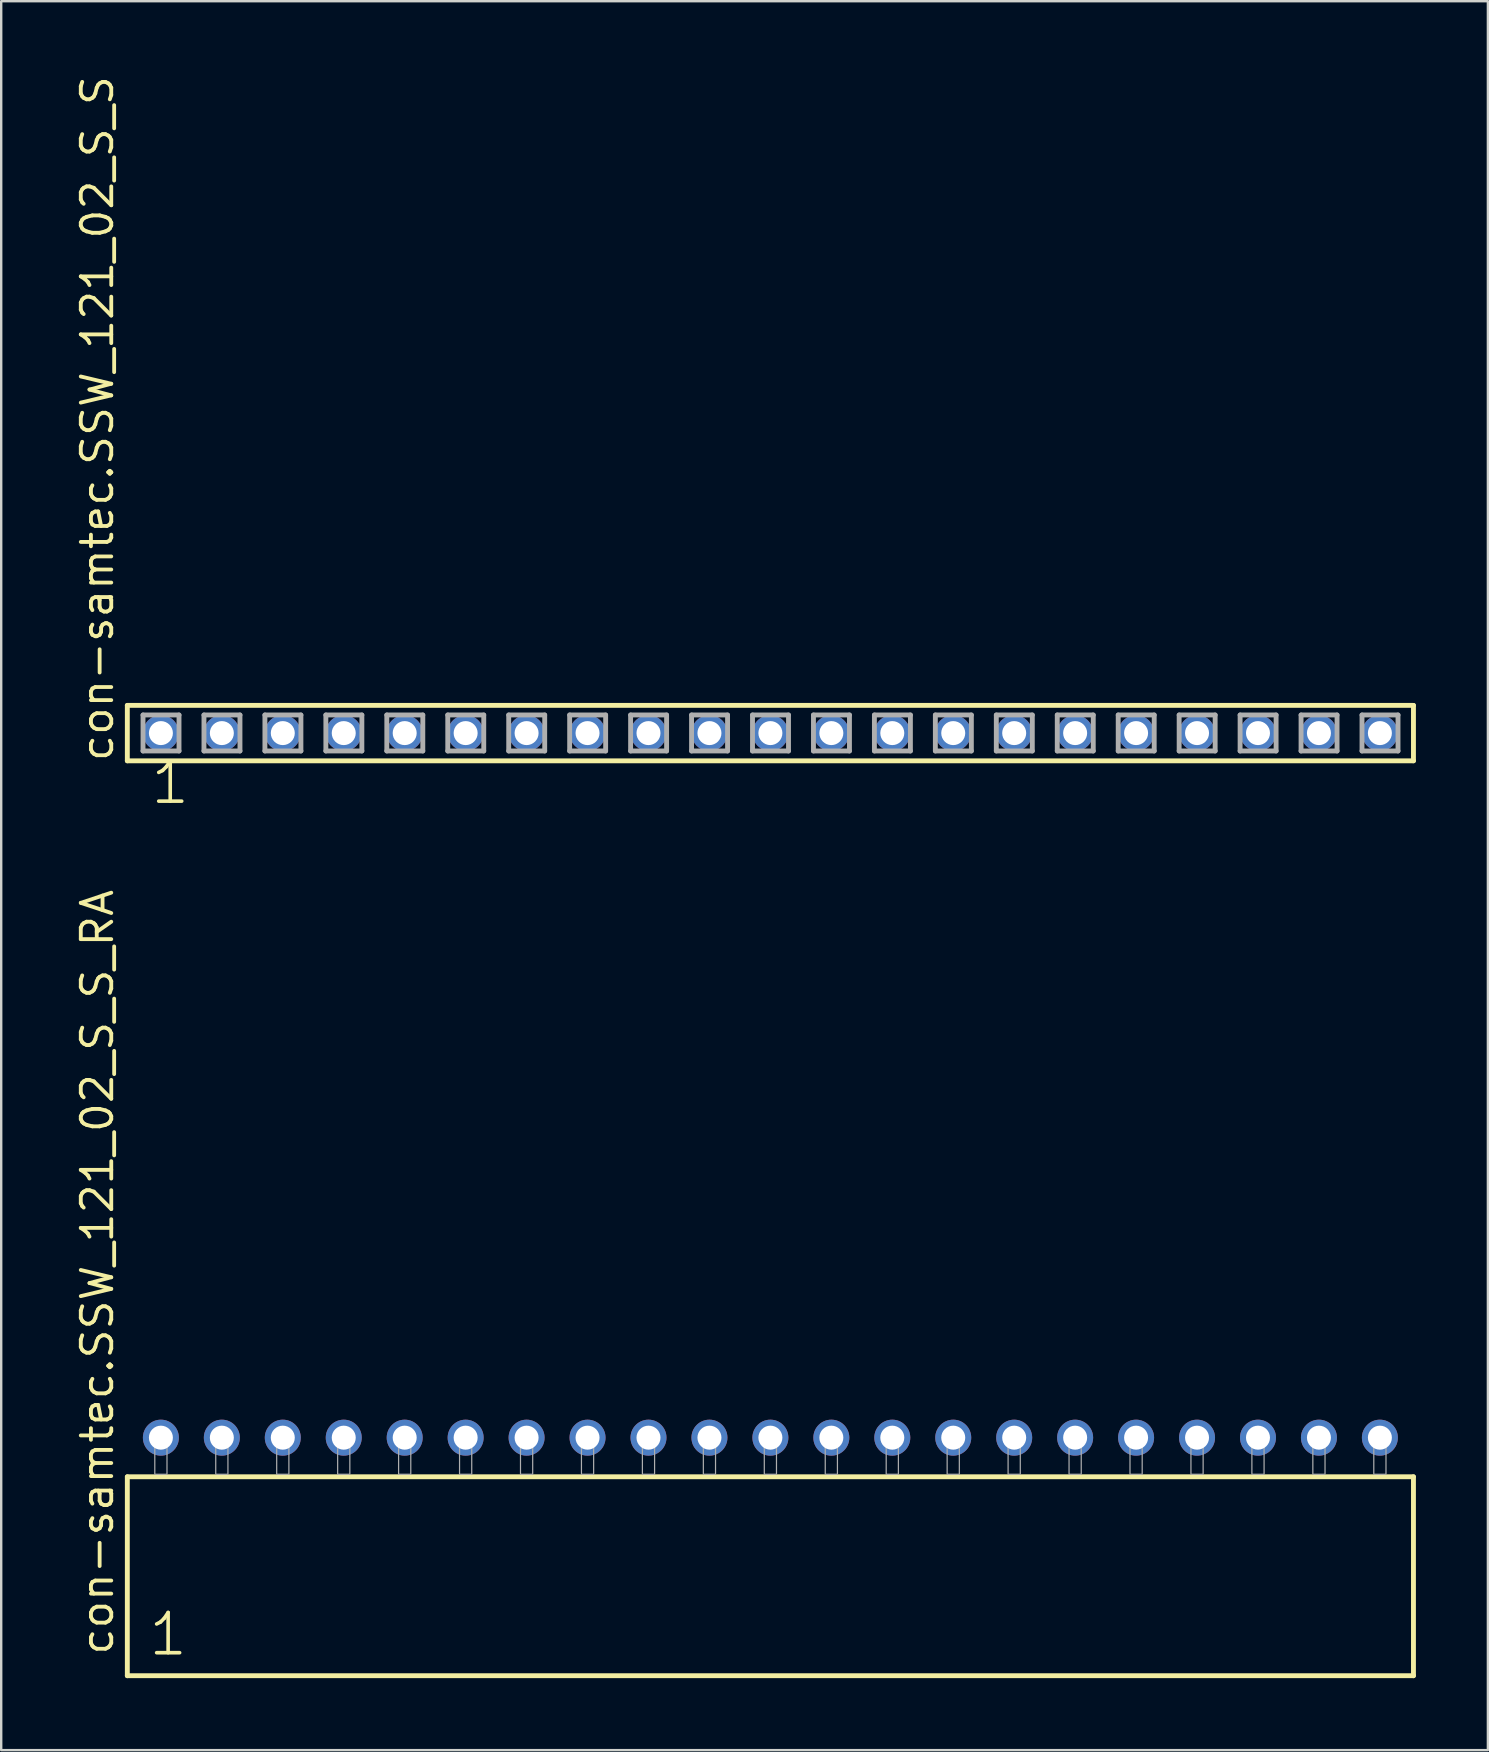
<source format=kicad_pcb>
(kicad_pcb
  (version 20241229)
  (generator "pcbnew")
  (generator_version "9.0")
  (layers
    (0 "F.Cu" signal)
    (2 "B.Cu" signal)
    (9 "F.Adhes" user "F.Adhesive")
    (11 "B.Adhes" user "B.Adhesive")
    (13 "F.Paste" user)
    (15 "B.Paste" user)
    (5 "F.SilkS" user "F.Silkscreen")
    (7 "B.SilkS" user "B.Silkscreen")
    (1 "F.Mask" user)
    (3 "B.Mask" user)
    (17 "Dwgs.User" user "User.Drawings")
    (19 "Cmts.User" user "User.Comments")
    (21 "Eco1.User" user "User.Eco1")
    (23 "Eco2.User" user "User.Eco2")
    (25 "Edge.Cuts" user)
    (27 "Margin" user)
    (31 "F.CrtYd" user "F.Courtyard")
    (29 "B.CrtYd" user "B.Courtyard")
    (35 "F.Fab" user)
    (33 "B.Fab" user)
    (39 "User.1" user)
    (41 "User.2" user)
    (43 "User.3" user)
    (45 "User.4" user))
  (footprint "con-samtec.SSW_121_02_S_S_RA"
    (layer "F.Cu")
    (at 29.055 58.387)
    (property "Reference" "con-samtec.SSW_121_02_S_S_RA" (at -27.305 7.62 90) (layer "F.SilkS") (effects (font (size 1.27 1.27) (thickness 0.16)) (justify left bottom)))
    (attr through_hole)
    (fp_line (start -26.799 0.106) (end -26.799 8.396) (stroke (width 0.203) (type default)) (layer "F.SilkS"))
    (fp_line (start -26.799 8.396) (end 26.799 8.396) (stroke (width 0.203) (type default)) (layer "F.SilkS"))
    (fp_line (start 26.799 0.106) (end -26.799 0.106) (stroke (width 0.203) (type default)) (layer "F.SilkS"))
    (fp_line (start 26.799 8.396) (end 26.799 0.106) (stroke (width 0.203) (type default)) (layer "F.SilkS"))
    (fp_rect (start -25.654 0) (end -25.146 -1.778) (stroke (width 0.05) (type default)) (fill no) (layer "F.Fab"))
    (fp_rect (start -23.114 0) (end -22.606 -1.778) (stroke (width 0.05) (type default)) (fill no) (layer "F.Fab"))
    (fp_rect (start -20.574 0) (end -20.066 -1.778) (stroke (width 0.05) (type default)) (fill no) (layer "F.Fab"))
    (fp_rect (start -18.034 0) (end -17.526 -1.778) (stroke (width 0.05) (type default)) (fill no) (layer "F.Fab"))
    (fp_rect (start -15.494 0) (end -14.986 -1.778) (stroke (width 0.05) (type default)) (fill no) (layer "F.Fab"))
    (fp_rect (start -12.954 0) (end -12.446 -1.778) (stroke (width 0.05) (type default)) (fill no) (layer "F.Fab"))
    (fp_rect (start -10.414 0) (end -9.906 -1.778) (stroke (width 0.05) (type default)) (fill no) (layer "F.Fab"))
    (fp_rect (start -7.874 0) (end -7.366 -1.778) (stroke (width 0.05) (type default)) (fill no) (layer "F.Fab"))
    (fp_rect (start -5.334 0) (end -4.826 -1.778) (stroke (width 0.05) (type default)) (fill no) (layer "F.Fab"))
    (fp_rect (start -2.794 0) (end -2.286 -1.778) (stroke (width 0.05) (type default)) (fill no) (layer "F.Fab"))
    (fp_rect (start -0.254 0) (end 0.254 -1.778) (stroke (width 0.05) (type default)) (fill no) (layer "F.Fab"))
    (fp_rect (start 2.286 0) (end 2.794 -1.778) (stroke (width 0.05) (type default)) (fill no) (layer "F.Fab"))
    (fp_rect (start 4.826 0) (end 5.334 -1.778) (stroke (width 0.05) (type default)) (fill no) (layer "F.Fab"))
    (fp_rect (start 7.366 0) (end 7.874 -1.778) (stroke (width 0.05) (type default)) (fill no) (layer "F.Fab"))
    (fp_rect (start 9.906 0) (end 10.414 -1.778) (stroke (width 0.05) (type default)) (fill no) (layer "F.Fab"))
    (fp_rect (start 12.446 0) (end 12.954 -1.778) (stroke (width 0.05) (type default)) (fill no) (layer "F.Fab"))
    (fp_rect (start 14.986 0) (end 15.494 -1.778) (stroke (width 0.05) (type default)) (fill no) (layer "F.Fab"))
    (fp_rect (start 17.526 0) (end 18.034 -1.778) (stroke (width 0.05) (type default)) (fill no) (layer "F.Fab"))
    (fp_rect (start 20.066 0) (end 20.574 -1.778) (stroke (width 0.05) (type default)) (fill no) (layer "F.Fab"))
    (fp_rect (start 22.606 0) (end 23.114 -1.778) (stroke (width 0.05) (type default)) (fill no) (layer "F.Fab"))
    (fp_rect (start 25.146 0) (end 25.654 -1.778) (stroke (width 0.05) (type default)) (fill no) (layer "F.Fab"))
    (fp_text user "1" (at -25.995 7.65 0) (layer "F.SilkS") (effects (font (size 1.676 1.676) (thickness 0.15)) (justify left bottom)))
    (pad "1" thru_hole circle (at -25.4 -1.524) (size 1.5 1.5) (drill 1) (layers "*.Cu" "*.Mask"))
    (pad "2" thru_hole circle (at -22.86 -1.524) (size 1.5 1.5) (drill 1) (layers "*.Cu" "*.Mask"))
    (pad "3" thru_hole circle (at -20.32 -1.524) (size 1.5 1.5) (drill 1) (layers "*.Cu" "*.Mask"))
    (pad "4" thru_hole circle (at -17.78 -1.524) (size 1.5 1.5) (drill 1) (layers "*.Cu" "*.Mask"))
    (pad "5" thru_hole circle (at -15.24 -1.524) (size 1.5 1.5) (drill 1) (layers "*.Cu" "*.Mask"))
    (pad "6" thru_hole circle (at -12.7 -1.524) (size 1.5 1.5) (drill 1) (layers "*.Cu" "*.Mask"))
    (pad "7" thru_hole circle (at -10.16 -1.524) (size 1.5 1.5) (drill 1) (layers "*.Cu" "*.Mask"))
    (pad "8" thru_hole circle (at -7.62 -1.524) (size 1.5 1.5) (drill 1) (layers "*.Cu" "*.Mask"))
    (pad "9" thru_hole circle (at -5.08 -1.524) (size 1.5 1.5) (drill 1) (layers "*.Cu" "*.Mask"))
    (pad "10" thru_hole circle (at -2.54 -1.524) (size 1.5 1.5) (drill 1) (layers "*.Cu" "*.Mask"))
    (pad "11" thru_hole circle (at 0 -1.524) (size 1.5 1.5) (drill 1) (layers "*.Cu" "*.Mask"))
    (pad "12" thru_hole circle (at 2.54 -1.524) (size 1.5 1.5) (drill 1) (layers "*.Cu" "*.Mask"))
    (pad "13" thru_hole circle (at 5.08 -1.524) (size 1.5 1.5) (drill 1) (layers "*.Cu" "*.Mask"))
    (pad "14" thru_hole circle (at 7.62 -1.524) (size 1.5 1.5) (drill 1) (layers "*.Cu" "*.Mask"))
    (pad "15" thru_hole circle (at 10.16 -1.524) (size 1.5 1.5) (drill 1) (layers "*.Cu" "*.Mask"))
    (pad "16" thru_hole circle (at 12.7 -1.524) (size 1.5 1.5) (drill 1) (layers "*.Cu" "*.Mask"))
    (pad "17" thru_hole circle (at 15.24 -1.524) (size 1.5 1.5) (drill 1) (layers "*.Cu" "*.Mask"))
    (pad "18" thru_hole circle (at 17.78 -1.524) (size 1.5 1.5) (drill 1) (layers "*.Cu" "*.Mask"))
    (pad "19" thru_hole circle (at 20.32 -1.524) (size 1.5 1.5) (drill 1) (layers "*.Cu" "*.Mask"))
    (pad "20" thru_hole circle (at 22.86 -1.524) (size 1.5 1.5) (drill 1) (layers "*.Cu" "*.Mask"))
    (pad "21" thru_hole circle (at 25.4 -1.524) (size 1.5 1.5) (drill 1) (layers "*.Cu" "*.Mask")))
  (footprint "con-samtec.SSW_121_02_S_S"
    (layer "F.Cu")
    (at 29.055 27.501)
    (property "Reference" "con-samtec.SSW_121_02_S_S" (at -27.305 1.27 90) (layer "F.SilkS") (effects (font (size 1.27 1.27) (thickness 0.16)) (justify left bottom)))
    (attr through_hole)
    (fp_line (start -26.799 -1.155) (end 26.799 -1.155) (stroke (width 0.203) (type default)) (layer "F.SilkS"))
    (fp_line (start -26.799 1.155) (end -26.799 -1.155) (stroke (width 0.203) (type default)) (layer "F.SilkS"))
    (fp_line (start 26.799 -1.155) (end 26.799 1.155) (stroke (width 0.203) (type default)) (layer "F.SilkS"))
    (fp_line (start 26.799 1.155) (end -26.799 1.155) (stroke (width 0.203) (type default)) (layer "F.SilkS"))
    (fp_line (start -26.145 -0.755) (end -24.645 -0.755) (stroke (width 0.203) (type default)) (layer "F.Fab"))
    (fp_line (start -26.145 0.745) (end -26.145 -0.755) (stroke (width 0.203) (type default)) (layer "F.Fab"))
    (fp_line (start -24.645 -0.755) (end -24.645 0.745) (stroke (width 0.203) (type default)) (layer "F.Fab"))
    (fp_line (start -24.645 0.745) (end -26.145 0.745) (stroke (width 0.203) (type default)) (layer "F.Fab"))
    (fp_line (start -23.605 -0.755) (end -22.105 -0.755) (stroke (width 0.203) (type default)) (layer "F.Fab"))
    (fp_line (start -23.605 0.745) (end -23.605 -0.755) (stroke (width 0.203) (type default)) (layer "F.Fab"))
    (fp_line (start -22.105 -0.755) (end -22.105 0.745) (stroke (width 0.203) (type default)) (layer "F.Fab"))
    (fp_line (start -22.105 0.745) (end -23.605 0.745) (stroke (width 0.203) (type default)) (layer "F.Fab"))
    (fp_line (start -21.065 -0.755) (end -19.565 -0.755) (stroke (width 0.203) (type default)) (layer "F.Fab"))
    (fp_line (start -21.065 0.745) (end -21.065 -0.755) (stroke (width 0.203) (type default)) (layer "F.Fab"))
    (fp_line (start -19.565 -0.755) (end -19.565 0.745) (stroke (width 0.203) (type default)) (layer "F.Fab"))
    (fp_line (start -19.565 0.745) (end -21.065 0.745) (stroke (width 0.203) (type default)) (layer "F.Fab"))
    (fp_line (start -18.525 -0.755) (end -17.025 -0.755) (stroke (width 0.203) (type default)) (layer "F.Fab"))
    (fp_line (start -18.525 0.745) (end -18.525 -0.755) (stroke (width 0.203) (type default)) (layer "F.Fab"))
    (fp_line (start -17.025 -0.755) (end -17.025 0.745) (stroke (width 0.203) (type default)) (layer "F.Fab"))
    (fp_line (start -17.025 0.745) (end -18.525 0.745) (stroke (width 0.203) (type default)) (layer "F.Fab"))
    (fp_line (start -15.985 -0.755) (end -14.485 -0.755) (stroke (width 0.203) (type default)) (layer "F.Fab"))
    (fp_line (start -15.985 0.745) (end -15.985 -0.755) (stroke (width 0.203) (type default)) (layer "F.Fab"))
    (fp_line (start -14.485 -0.755) (end -14.485 0.745) (stroke (width 0.203) (type default)) (layer "F.Fab"))
    (fp_line (start -14.485 0.745) (end -15.985 0.745) (stroke (width 0.203) (type default)) (layer "F.Fab"))
    (fp_line (start -13.445 -0.755) (end -11.945 -0.755) (stroke (width 0.203) (type default)) (layer "F.Fab"))
    (fp_line (start -13.445 0.745) (end -13.445 -0.755) (stroke (width 0.203) (type default)) (layer "F.Fab"))
    (fp_line (start -11.945 -0.755) (end -11.945 0.745) (stroke (width 0.203) (type default)) (layer "F.Fab"))
    (fp_line (start -11.945 0.745) (end -13.445 0.745) (stroke (width 0.203) (type default)) (layer "F.Fab"))
    (fp_line (start -10.905 -0.755) (end -9.405 -0.755) (stroke (width 0.203) (type default)) (layer "F.Fab"))
    (fp_line (start -10.905 0.745) (end -10.905 -0.755) (stroke (width 0.203) (type default)) (layer "F.Fab"))
    (fp_line (start -9.405 -0.755) (end -9.405 0.745) (stroke (width 0.203) (type default)) (layer "F.Fab"))
    (fp_line (start -9.405 0.745) (end -10.905 0.745) (stroke (width 0.203) (type default)) (layer "F.Fab"))
    (fp_line (start -8.365 -0.755) (end -6.865 -0.755) (stroke (width 0.203) (type default)) (layer "F.Fab"))
    (fp_line (start -8.365 0.745) (end -8.365 -0.755) (stroke (width 0.203) (type default)) (layer "F.Fab"))
    (fp_line (start -6.865 -0.755) (end -6.865 0.745) (stroke (width 0.203) (type default)) (layer "F.Fab"))
    (fp_line (start -6.865 0.745) (end -8.365 0.745) (stroke (width 0.203) (type default)) (layer "F.Fab"))
    (fp_line (start -5.825 -0.755) (end -4.325 -0.755) (stroke (width 0.203) (type default)) (layer "F.Fab"))
    (fp_line (start -5.825 0.745) (end -5.825 -0.755) (stroke (width 0.203) (type default)) (layer "F.Fab"))
    (fp_line (start -4.325 -0.755) (end -4.325 0.745) (stroke (width 0.203) (type default)) (layer "F.Fab"))
    (fp_line (start -4.325 0.745) (end -5.825 0.745) (stroke (width 0.203) (type default)) (layer "F.Fab"))
    (fp_line (start -3.285 -0.755) (end -1.785 -0.755) (stroke (width 0.203) (type default)) (layer "F.Fab"))
    (fp_line (start -3.285 0.745) (end -3.285 -0.755) (stroke (width 0.203) (type default)) (layer "F.Fab"))
    (fp_line (start -1.785 -0.755) (end -1.785 0.745) (stroke (width 0.203) (type default)) (layer "F.Fab"))
    (fp_line (start -1.785 0.745) (end -3.285 0.745) (stroke (width 0.203) (type default)) (layer "F.Fab"))
    (fp_line (start -0.745 -0.755) (end 0.755 -0.755) (stroke (width 0.203) (type default)) (layer "F.Fab"))
    (fp_line (start -0.745 0.745) (end -0.745 -0.755) (stroke (width 0.203) (type default)) (layer "F.Fab"))
    (fp_line (start 0.755 -0.755) (end 0.755 0.745) (stroke (width 0.203) (type default)) (layer "F.Fab"))
    (fp_line (start 0.755 0.745) (end -0.745 0.745) (stroke (width 0.203) (type default)) (layer "F.Fab"))
    (fp_line (start 1.795 -0.755) (end 3.295 -0.755) (stroke (width 0.203) (type default)) (layer "F.Fab"))
    (fp_line (start 1.795 0.745) (end 1.795 -0.755) (stroke (width 0.203) (type default)) (layer "F.Fab"))
    (fp_line (start 3.295 -0.755) (end 3.295 0.745) (stroke (width 0.203) (type default)) (layer "F.Fab"))
    (fp_line (start 3.295 0.745) (end 1.795 0.745) (stroke (width 0.203) (type default)) (layer "F.Fab"))
    (fp_line (start 4.335 -0.755) (end 5.835 -0.755) (stroke (width 0.203) (type default)) (layer "F.Fab"))
    (fp_line (start 4.335 0.745) (end 4.335 -0.755) (stroke (width 0.203) (type default)) (layer "F.Fab"))
    (fp_line (start 5.835 -0.755) (end 5.835 0.745) (stroke (width 0.203) (type default)) (layer "F.Fab"))
    (fp_line (start 5.835 0.745) (end 4.335 0.745) (stroke (width 0.203) (type default)) (layer "F.Fab"))
    (fp_line (start 6.875 -0.755) (end 8.375 -0.755) (stroke (width 0.203) (type default)) (layer "F.Fab"))
    (fp_line (start 6.875 0.745) (end 6.875 -0.755) (stroke (width 0.203) (type default)) (layer "F.Fab"))
    (fp_line (start 8.375 -0.755) (end 8.375 0.745) (stroke (width 0.203) (type default)) (layer "F.Fab"))
    (fp_line (start 8.375 0.745) (end 6.875 0.745) (stroke (width 0.203) (type default)) (layer "F.Fab"))
    (fp_line (start 9.415 -0.755) (end 10.915 -0.755) (stroke (width 0.203) (type default)) (layer "F.Fab"))
    (fp_line (start 9.415 0.745) (end 9.415 -0.755) (stroke (width 0.203) (type default)) (layer "F.Fab"))
    (fp_line (start 10.915 -0.755) (end 10.915 0.745) (stroke (width 0.203) (type default)) (layer "F.Fab"))
    (fp_line (start 10.915 0.745) (end 9.415 0.745) (stroke (width 0.203) (type default)) (layer "F.Fab"))
    (fp_line (start 11.955 -0.755) (end 13.455 -0.755) (stroke (width 0.203) (type default)) (layer "F.Fab"))
    (fp_line (start 11.955 0.745) (end 11.955 -0.755) (stroke (width 0.203) (type default)) (layer "F.Fab"))
    (fp_line (start 13.455 -0.755) (end 13.455 0.745) (stroke (width 0.203) (type default)) (layer "F.Fab"))
    (fp_line (start 13.455 0.745) (end 11.955 0.745) (stroke (width 0.203) (type default)) (layer "F.Fab"))
    (fp_line (start 14.495 -0.755) (end 15.995 -0.755) (stroke (width 0.203) (type default)) (layer "F.Fab"))
    (fp_line (start 14.495 0.745) (end 14.495 -0.755) (stroke (width 0.203) (type default)) (layer "F.Fab"))
    (fp_line (start 15.995 -0.755) (end 15.995 0.745) (stroke (width 0.203) (type default)) (layer "F.Fab"))
    (fp_line (start 15.995 0.745) (end 14.495 0.745) (stroke (width 0.203) (type default)) (layer "F.Fab"))
    (fp_line (start 17.035 -0.755) (end 18.535 -0.755) (stroke (width 0.203) (type default)) (layer "F.Fab"))
    (fp_line (start 17.035 0.745) (end 17.035 -0.755) (stroke (width 0.203) (type default)) (layer "F.Fab"))
    (fp_line (start 18.535 -0.755) (end 18.535 0.745) (stroke (width 0.203) (type default)) (layer "F.Fab"))
    (fp_line (start 18.535 0.745) (end 17.035 0.745) (stroke (width 0.203) (type default)) (layer "F.Fab"))
    (fp_line (start 19.575 -0.755) (end 21.075 -0.755) (stroke (width 0.203) (type default)) (layer "F.Fab"))
    (fp_line (start 19.575 0.745) (end 19.575 -0.755) (stroke (width 0.203) (type default)) (layer "F.Fab"))
    (fp_line (start 21.075 -0.755) (end 21.075 0.745) (stroke (width 0.203) (type default)) (layer "F.Fab"))
    (fp_line (start 21.075 0.745) (end 19.575 0.745) (stroke (width 0.203) (type default)) (layer "F.Fab"))
    (fp_line (start 22.115 -0.755) (end 23.615 -0.755) (stroke (width 0.203) (type default)) (layer "F.Fab"))
    (fp_line (start 22.115 0.745) (end 22.115 -0.755) (stroke (width 0.203) (type default)) (layer "F.Fab"))
    (fp_line (start 23.615 -0.755) (end 23.615 0.745) (stroke (width 0.203) (type default)) (layer "F.Fab"))
    (fp_line (start 23.615 0.745) (end 22.115 0.745) (stroke (width 0.203) (type default)) (layer "F.Fab"))
    (fp_line (start 24.655 -0.755) (end 26.155 -0.755) (stroke (width 0.203) (type default)) (layer "F.Fab"))
    (fp_line (start 24.655 0.745) (end 24.655 -0.755) (stroke (width 0.203) (type default)) (layer "F.Fab"))
    (fp_line (start 26.155 -0.755) (end 26.155 0.745) (stroke (width 0.203) (type default)) (layer "F.Fab"))
    (fp_line (start 26.155 0.745) (end 24.655 0.745) (stroke (width 0.203) (type default)) (layer "F.Fab"))
    (fp_text user "1" (at -25.908 3.048 0) (layer "F.SilkS") (effects (font (size 1.676 1.676) (thickness 0.15)) (justify left bottom)))
    (pad "1" thru_hole circle (at -25.4 0) (size 1.5 1.5) (drill 1) (layers "*.Cu" "*.Mask"))
    (pad "2" thru_hole circle (at -22.86 0) (size 1.5 1.5) (drill 1) (layers "*.Cu" "*.Mask"))
    (pad "3" thru_hole circle (at -20.32 0) (size 1.5 1.5) (drill 1) (layers "*.Cu" "*.Mask"))
    (pad "4" thru_hole circle (at -17.78 0) (size 1.5 1.5) (drill 1) (layers "*.Cu" "*.Mask"))
    (pad "5" thru_hole circle (at -15.24 0) (size 1.5 1.5) (drill 1) (layers "*.Cu" "*.Mask"))
    (pad "6" thru_hole circle (at -12.7 0) (size 1.5 1.5) (drill 1) (layers "*.Cu" "*.Mask"))
    (pad "7" thru_hole circle (at -10.16 0) (size 1.5 1.5) (drill 1) (layers "*.Cu" "*.Mask"))
    (pad "8" thru_hole circle (at -7.62 0) (size 1.5 1.5) (drill 1) (layers "*.Cu" "*.Mask"))
    (pad "9" thru_hole circle (at -5.08 0) (size 1.5 1.5) (drill 1) (layers "*.Cu" "*.Mask"))
    (pad "10" thru_hole circle (at -2.54 0) (size 1.5 1.5) (drill 1) (layers "*.Cu" "*.Mask"))
    (pad "11" thru_hole circle (at 0 0) (size 1.5 1.5) (drill 1) (layers "*.Cu" "*.Mask"))
    (pad "12" thru_hole circle (at 2.54 0) (size 1.5 1.5) (drill 1) (layers "*.Cu" "*.Mask"))
    (pad "13" thru_hole circle (at 5.08 0) (size 1.5 1.5) (drill 1) (layers "*.Cu" "*.Mask"))
    (pad "14" thru_hole circle (at 7.62 0) (size 1.5 1.5) (drill 1) (layers "*.Cu" "*.Mask"))
    (pad "15" thru_hole circle (at 10.16 0) (size 1.5 1.5) (drill 1) (layers "*.Cu" "*.Mask"))
    (pad "16" thru_hole circle (at 12.7 0) (size 1.5 1.5) (drill 1) (layers "*.Cu" "*.Mask"))
    (pad "17" thru_hole circle (at 15.24 0) (size 1.5 1.5) (drill 1) (layers "*.Cu" "*.Mask"))
    (pad "18" thru_hole circle (at 17.78 0) (size 1.5 1.5) (drill 1) (layers "*.Cu" "*.Mask"))
    (pad "19" thru_hole circle (at 20.32 0) (size 1.5 1.5) (drill 1) (layers "*.Cu" "*.Mask"))
    (pad "20" thru_hole circle (at 22.86 0) (size 1.5 1.5) (drill 1) (layers "*.Cu" "*.Mask"))
    (pad "21" thru_hole circle (at 25.4 0) (size 1.5 1.5) (drill 1) (layers "*.Cu" "*.Mask")))
  (gr_rect
    (start -3 -3)
    (end 58.956 69.885)
    (stroke (width 0.1) (type default))
    (fill no)
    (layer "Edge.Cuts")))
</source>
